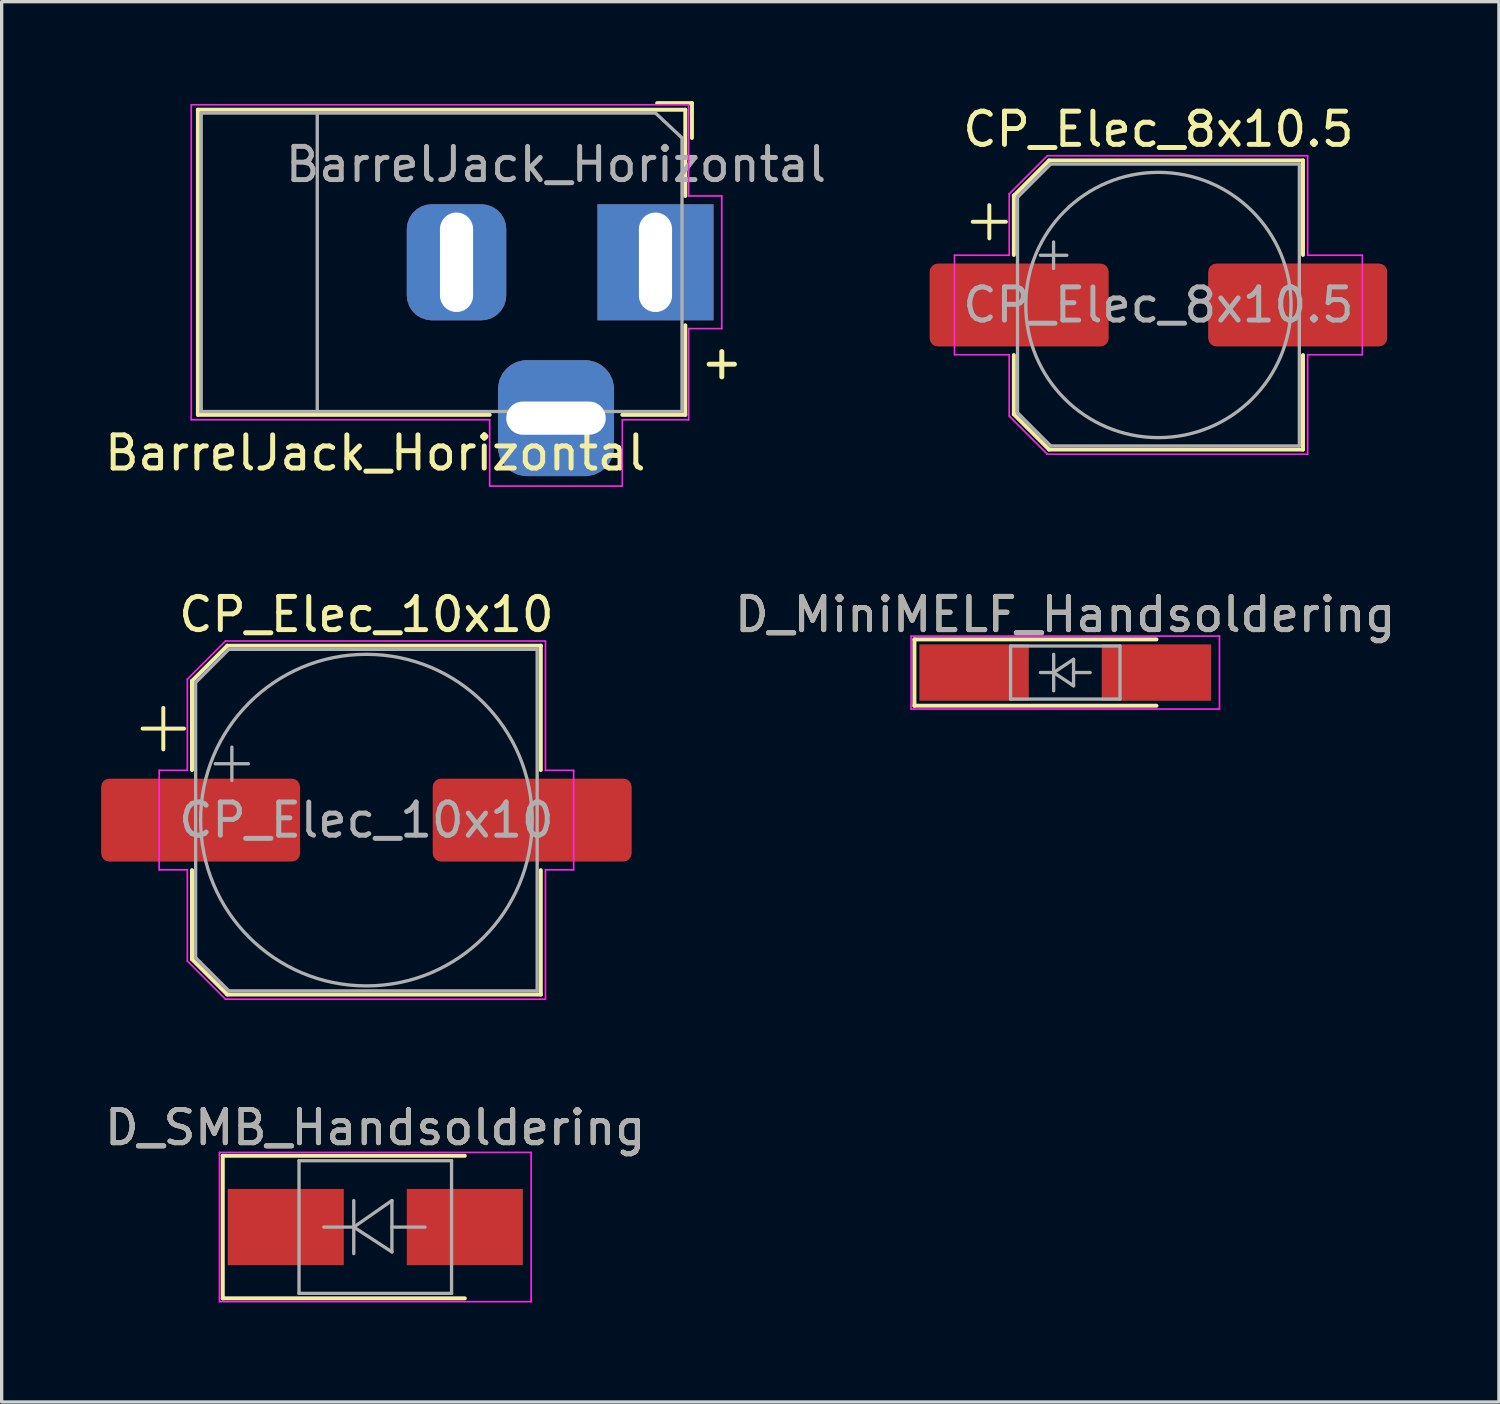
<source format=kicad_pcb>
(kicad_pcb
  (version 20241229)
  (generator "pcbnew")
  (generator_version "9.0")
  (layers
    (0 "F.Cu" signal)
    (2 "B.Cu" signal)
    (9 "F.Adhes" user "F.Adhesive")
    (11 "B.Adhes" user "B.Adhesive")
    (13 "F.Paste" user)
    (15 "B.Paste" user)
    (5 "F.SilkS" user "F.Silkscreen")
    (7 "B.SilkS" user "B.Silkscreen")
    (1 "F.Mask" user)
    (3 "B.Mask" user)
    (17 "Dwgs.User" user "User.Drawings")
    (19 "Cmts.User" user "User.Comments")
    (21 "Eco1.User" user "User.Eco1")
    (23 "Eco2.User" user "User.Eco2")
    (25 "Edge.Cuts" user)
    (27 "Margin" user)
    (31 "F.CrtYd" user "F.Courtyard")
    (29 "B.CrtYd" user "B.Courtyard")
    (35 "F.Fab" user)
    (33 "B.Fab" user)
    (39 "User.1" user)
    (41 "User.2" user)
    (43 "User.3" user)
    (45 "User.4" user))
  (footprint "D_MiniMELF_Handsoldering"
    (layer "F.Cu")
    (at 29.077 17.233)
    (property "Reference" "D_MiniMELF_Handsoldering" (at 0 -1.75 0) (layer "F.SilkS") (effects (font (size 1 1) (thickness 0.15))))
    (attr smd)
    (fp_line (start -4.55 -1) (end -4.55 1) (stroke (width 0.12) (type solid)) (layer "F.SilkS"))
    (fp_line (start -4.55 1) (end 2.75 1) (stroke (width 0.12) (type solid)) (layer "F.SilkS"))
    (fp_line (start 2.75 -1) (end -4.55 -1) (stroke (width 0.12) (type solid)) (layer "F.SilkS"))
    (fp_line (start -4.65 -1.1) (end 4.65 -1.1) (stroke (width 0.05) (type solid)) (layer "F.CrtYd"))
    (fp_line (start -4.65 1.1) (end -4.65 -1.1) (stroke (width 0.05) (type solid)) (layer "F.CrtYd"))
    (fp_line (start 4.65 -1.1) (end 4.65 1.1) (stroke (width 0.05) (type solid)) (layer "F.CrtYd"))
    (fp_line (start 4.65 1.1) (end -4.65 1.1) (stroke (width 0.05) (type solid)) (layer "F.CrtYd"))
    (fp_line (start -1.65 -0.8) (end 1.65 -0.8) (stroke (width 0.1) (type solid)) (layer "F.Fab"))
    (fp_line (start -1.65 0.8) (end -1.65 -0.8) (stroke (width 0.1) (type solid)) (layer "F.Fab"))
    (fp_line (start -0.75 0) (end -0.35 0) (stroke (width 0.1) (type solid)) (layer "F.Fab"))
    (fp_line (start -0.35 0) (end -0.35 -0.55) (stroke (width 0.1) (type solid)) (layer "F.Fab"))
    (fp_line (start -0.35 0) (end -0.35 0.55) (stroke (width 0.1) (type solid)) (layer "F.Fab"))
    (fp_line (start -0.35 0) (end 0.25 -0.4) (stroke (width 0.1) (type solid)) (layer "F.Fab"))
    (fp_line (start 0.25 -0.4) (end 0.25 0.4) (stroke (width 0.1) (type solid)) (layer "F.Fab"))
    (fp_line (start 0.25 0) (end 0.75 0) (stroke (width 0.1) (type solid)) (layer "F.Fab"))
    (fp_line (start 0.25 0.4) (end -0.35 0) (stroke (width 0.1) (type solid)) (layer "F.Fab"))
    (fp_line (start 1.65 -0.8) (end 1.65 0.8) (stroke (width 0.1) (type solid)) (layer "F.Fab"))
    (fp_line (start 1.65 0.8) (end -1.65 0.8) (stroke (width 0.1) (type solid)) (layer "F.Fab"))
    (fp_text user "${REFERENCE}" (at 0 -1.75 0) (layer "F.Fab") (effects (font (size 1 1) (thickness 0.15))))
    (pad "1" smd rect (at -2.75 0) (size 3.3 1.7) (layers "F.Cu" "F.Mask" "F.Paste"))
    (pad "2" smd rect (at 2.75 0) (size 3.3 1.7) (layers "F.Cu" "F.Mask" "F.Paste")))
  (footprint "CP_Elec_8x10.5"
    (layer "F.Cu")
    (at 31.886 6.148)
    (property "Reference" "CP_Elec_8x10.5" (at 0 -5.3 0) (layer "F.SilkS") (effects (font (size 1 1) (thickness 0.15))))
    (attr smd)
    (fp_line (start -5.6 -2.51) (end -4.6 -2.51) (stroke (width 0.12) (type solid)) (layer "F.SilkS"))
    (fp_line (start -5.1 -3.01) (end -5.1 -2.01) (stroke (width 0.12) (type solid)) (layer "F.SilkS"))
    (fp_line (start -4.36 -3.296) (end -4.36 -1.51) (stroke (width 0.12) (type solid)) (layer "F.SilkS"))
    (fp_line (start -4.36 -3.296) (end -3.296 -4.36) (stroke (width 0.12) (type solid)) (layer "F.SilkS"))
    (fp_line (start -4.36 3.296) (end -4.36 1.51) (stroke (width 0.12) (type solid)) (layer "F.SilkS"))
    (fp_line (start -4.36 3.296) (end -3.296 4.36) (stroke (width 0.12) (type solid)) (layer "F.SilkS"))
    (fp_line (start -3.296 -4.36) (end 4.36 -4.36) (stroke (width 0.12) (type solid)) (layer "F.SilkS"))
    (fp_line (start -3.296 4.36) (end 4.36 4.36) (stroke (width 0.12) (type solid)) (layer "F.SilkS"))
    (fp_line (start 4.36 -4.36) (end 4.36 -1.51) (stroke (width 0.12) (type solid)) (layer "F.SilkS"))
    (fp_line (start 4.36 4.36) (end 4.36 1.51) (stroke (width 0.12) (type solid)) (layer "F.SilkS"))
    (fp_line (start -6.15 -1.5) (end -6.15 1.5) (stroke (width 0.05) (type solid)) (layer "F.CrtYd"))
    (fp_line (start -6.15 1.5) (end -4.5 1.5) (stroke (width 0.05) (type solid)) (layer "F.CrtYd"))
    (fp_line (start -4.5 -3.35) (end -4.5 -1.5) (stroke (width 0.05) (type solid)) (layer "F.CrtYd"))
    (fp_line (start -4.5 -3.35) (end -3.35 -4.5) (stroke (width 0.05) (type solid)) (layer "F.CrtYd"))
    (fp_line (start -4.5 -1.5) (end -6.15 -1.5) (stroke (width 0.05) (type solid)) (layer "F.CrtYd"))
    (fp_line (start -4.5 1.5) (end -4.5 3.35) (stroke (width 0.05) (type solid)) (layer "F.CrtYd"))
    (fp_line (start -4.5 3.35) (end -3.35 4.5) (stroke (width 0.05) (type solid)) (layer "F.CrtYd"))
    (fp_line (start -3.35 -4.5) (end 4.5 -4.5) (stroke (width 0.05) (type solid)) (layer "F.CrtYd"))
    (fp_line (start -3.35 4.5) (end 4.5 4.5) (stroke (width 0.05) (type solid)) (layer "F.CrtYd"))
    (fp_line (start 4.5 -4.5) (end 4.5 -1.5) (stroke (width 0.05) (type solid)) (layer "F.CrtYd"))
    (fp_line (start 4.5 -1.5) (end 6.15 -1.5) (stroke (width 0.05) (type solid)) (layer "F.CrtYd"))
    (fp_line (start 4.5 1.5) (end 4.5 4.5) (stroke (width 0.05) (type solid)) (layer "F.CrtYd"))
    (fp_line (start 6.15 -1.5) (end 6.15 1.5) (stroke (width 0.05) (type solid)) (layer "F.CrtYd"))
    (fp_line (start 6.15 1.5) (end 4.5 1.5) (stroke (width 0.05) (type solid)) (layer "F.CrtYd"))
    (fp_line (start -4.25 -3.25) (end -4.25 3.25) (stroke (width 0.1) (type solid)) (layer "F.Fab"))
    (fp_line (start -4.25 -3.25) (end -3.25 -4.25) (stroke (width 0.1) (type solid)) (layer "F.Fab"))
    (fp_line (start -4.25 3.25) (end -3.25 4.25) (stroke (width 0.1) (type solid)) (layer "F.Fab"))
    (fp_line (start -3.562 -1.5) (end -2.762 -1.5) (stroke (width 0.1) (type solid)) (layer "F.Fab"))
    (fp_line (start -3.25 -4.25) (end 4.25 -4.25) (stroke (width 0.1) (type solid)) (layer "F.Fab"))
    (fp_line (start -3.25 4.25) (end 4.25 4.25) (stroke (width 0.1) (type solid)) (layer "F.Fab"))
    (fp_line (start -3.162 -1.9) (end -3.162 -1.1) (stroke (width 0.1) (type solid)) (layer "F.Fab"))
    (fp_line (start 4.25 -4.25) (end 4.25 4.25) (stroke (width 0.1) (type solid)) (layer "F.Fab"))
    (fp_circle (center 0 0) (end 4 0) (stroke (width 0.1) (type solid)) (fill no) (layer "F.Fab"))
    (fp_text user "${REFERENCE}" (at 0 0 0) (layer "F.Fab") (effects (font (size 1 1) (thickness 0.15))))
    (pad "1" smd roundrect (at -3.7 0) (size 5.4 2.5) (drill (offset -0.5 0)) (layers "F.Cu" "F.Mask" "F.Paste") (roundrect_rratio 0.1))
    (pad "2" smd roundrect (at 3.7 0) (size 5.4 2.5) (drill (offset 0.5 0)) (layers "F.Cu" "F.Mask" "F.Paste") (roundrect_rratio 0.1)))
  (footprint "D_SMB_Handsoldering"
    (layer "F.Cu")
    (at 8.268 33.956)
    (property "Reference" "D_SMB_Handsoldering" (at 0 -3 0) (layer "F.SilkS") (effects (font (size 1 1) (thickness 0.15))))
    (attr smd)
    (fp_line (start -4.6 -2.15) (end -4.6 2.15) (stroke (width 0.12) (type solid)) (layer "F.SilkS"))
    (fp_line (start -4.6 -2.15) (end 2.7 -2.15) (stroke (width 0.12) (type solid)) (layer "F.SilkS"))
    (fp_line (start -4.6 2.15) (end 2.7 2.15) (stroke (width 0.12) (type solid)) (layer "F.SilkS"))
    (fp_line (start -4.7 -2.25) (end 4.7 -2.25) (stroke (width 0.05) (type solid)) (layer "F.CrtYd"))
    (fp_line (start -4.7 2.25) (end -4.7 -2.25) (stroke (width 0.05) (type solid)) (layer "F.CrtYd"))
    (fp_line (start 4.7 -2.25) (end 4.7 2.25) (stroke (width 0.05) (type solid)) (layer "F.CrtYd"))
    (fp_line (start 4.7 2.25) (end -4.7 2.25) (stroke (width 0.05) (type solid)) (layer "F.CrtYd"))
    (fp_line (start -2.3 2) (end -2.3 -2) (stroke (width 0.1) (type solid)) (layer "F.Fab"))
    (fp_line (start -0.649 -0.799) (end -0.649 0.801) (stroke (width 0.1) (type solid)) (layer "F.Fab"))
    (fp_line (start -0.649 0.001) (end -1.551 0.001) (stroke (width 0.1) (type solid)) (layer "F.Fab"))
    (fp_line (start -0.649 0.001) (end 0.501 -0.799) (stroke (width 0.1) (type solid)) (layer "F.Fab"))
    (fp_line (start -0.649 0.001) (end 0.501 0.75) (stroke (width 0.1) (type solid)) (layer "F.Fab"))
    (fp_line (start 0.501 0.001) (end 1.499 0.001) (stroke (width 0.1) (type solid)) (layer "F.Fab"))
    (fp_line (start 0.501 0.75) (end 0.501 -0.799) (stroke (width 0.1) (type solid)) (layer "F.Fab"))
    (fp_line (start 2.3 -2) (end -2.3 -2) (stroke (width 0.1) (type solid)) (layer "F.Fab"))
    (fp_line (start 2.3 -2) (end 2.3 2) (stroke (width 0.1) (type solid)) (layer "F.Fab"))
    (fp_line (start 2.3 2) (end -2.3 2) (stroke (width 0.1) (type solid)) (layer "F.Fab"))
    (fp_text user "${REFERENCE}" (at 0 -3 0) (layer "F.Fab") (effects (font (size 1 1) (thickness 0.15))))
    (pad "1" smd rect (at -2.7 0) (size 3.5 2.3) (layers "F.Cu" "F.Mask" "F.Paste"))
    (pad "2" smd rect (at 2.7 0) (size 3.5 2.3) (layers "F.Cu" "F.Mask" "F.Paste")))
  (footprint "BarrelJack_Horizontal"
    (layer "F.Cu")
    (at 16.718 4.86)
    (property "Reference" "BarrelJack_Horizontal" (at -8.45 5.75 0) (layer "F.SilkS") (effects (font (size 1 1) (thickness 0.15))))
    (attr through_hole)
    (fp_line (start -13.8 -4.6) (end 0.9 -4.6) (stroke (width 0.12) (type solid)) (layer "F.SilkS"))
    (fp_line (start -13.8 4.6) (end -13.8 -4.6) (stroke (width 0.12) (type solid)) (layer "F.SilkS"))
    (fp_line (start -5 4.6) (end -13.8 4.6) (stroke (width 0.12) (type solid)) (layer "F.SilkS"))
    (fp_line (start 0.05 -4.8) (end 1.1 -4.8) (stroke (width 0.12) (type solid)) (layer "F.SilkS"))
    (fp_line (start 0.9 -4.6) (end 0.9 -2) (stroke (width 0.12) (type solid)) (layer "F.SilkS"))
    (fp_line (start 0.9 1.9) (end 0.9 4.6) (stroke (width 0.12) (type solid)) (layer "F.SilkS"))
    (fp_line (start 0.9 4.6) (end -1 4.6) (stroke (width 0.12) (type solid)) (layer "F.SilkS"))
    (fp_line (start 1.1 -3.75) (end 1.1 -4.8) (stroke (width 0.12) (type solid)) (layer "F.SilkS"))
    (fp_line (start -14 4.75) (end -14 -4.75) (stroke (width 0.05) (type solid)) (layer "F.CrtYd"))
    (fp_line (start -5 4.75) (end -14 4.75) (stroke (width 0.05) (type solid)) (layer "F.CrtYd"))
    (fp_line (start -5 6.75) (end -5 4.75) (stroke (width 0.05) (type solid)) (layer "F.CrtYd"))
    (fp_line (start -1 4.75) (end -1 6.75) (stroke (width 0.05) (type solid)) (layer "F.CrtYd"))
    (fp_line (start -1 6.75) (end -5 6.75) (stroke (width 0.05) (type solid)) (layer "F.CrtYd"))
    (fp_line (start 1 -4.75) (end -14 -4.75) (stroke (width 0.05) (type solid)) (layer "F.CrtYd"))
    (fp_line (start 1 -4.5) (end 1 -4.75) (stroke (width 0.05) (type solid)) (layer "F.CrtYd"))
    (fp_line (start 1 -4.5) (end 1 -2) (stroke (width 0.05) (type solid)) (layer "F.CrtYd"))
    (fp_line (start 1 -2) (end 2 -2) (stroke (width 0.05) (type solid)) (layer "F.CrtYd"))
    (fp_line (start 1 2) (end 1 4.75) (stroke (width 0.05) (type solid)) (layer "F.CrtYd"))
    (fp_line (start 1 4.75) (end -1 4.75) (stroke (width 0.05) (type solid)) (layer "F.CrtYd"))
    (fp_line (start 2 -2) (end 2 2) (stroke (width 0.05) (type solid)) (layer "F.CrtYd"))
    (fp_line (start 2 2) (end 1 2) (stroke (width 0.05) (type solid)) (layer "F.CrtYd"))
    (fp_line (start -13.7 -4.5) (end -13.7 4.5) (stroke (width 0.1) (type solid)) (layer "F.Fab"))
    (fp_line (start -13.7 4.5) (end 0.8 4.5) (stroke (width 0.1) (type solid)) (layer "F.Fab"))
    (fp_line (start -10.2 -4.5) (end -10.2 4.5) (stroke (width 0.1) (type solid)) (layer "F.Fab"))
    (fp_line (start -0.003 -4.505) (end 0.8 -3.75) (stroke (width 0.1) (type solid)) (layer "F.Fab"))
    (fp_line (start 0 -4.5) (end -13.7 -4.5) (stroke (width 0.1) (type solid)) (layer "F.Fab"))
    (fp_line (start 0.8 4.5) (end 0.8 -3.75) (stroke (width 0.1) (type solid)) (layer "F.Fab"))
    (fp_text user "+" (at 2 3 0) (layer "F.SilkS") (effects (font (size 1 1) (thickness 0.15))))
    (fp_text user "${REFERENCE}" (at -3 -2.95 0) (layer "F.Fab") (effects (font (size 1 1) (thickness 0.15))))
    (pad "" thru_hole roundrect (at -3 4.7) (size 3.5 3.5) (drill oval 3 1) (layers "*.Cu" "*.Mask") (roundrect_rratio 0.25))
    (pad "1" thru_hole rect (at 0 0) (size 3.5 3.5) (drill oval 1 3) (layers "*.Cu" "*.Mask"))
    (pad "2" thru_hole roundrect (at -6 0) (size 3 3.5) (drill oval 1 3) (layers "*.Cu" "*.Mask") (roundrect_rratio 0.25)))
  (footprint "CP_Elec_10x10"
    (layer "F.Cu")
    (at 8 21.683)
    (property "Reference" "CP_Elec_10x10" (at 0 -6.2 0) (layer "F.SilkS") (effects (font (size 1 1) (thickness 0.15))))
    (attr smd)
    (fp_line (start -6.75 -2.76) (end -5.5 -2.76) (stroke (width 0.12) (type solid)) (layer "F.SilkS"))
    (fp_line (start -6.125 -3.385) (end -6.125 -2.135) (stroke (width 0.12) (type solid)) (layer "F.SilkS"))
    (fp_line (start -5.26 -4.196) (end -5.26 -1.51) (stroke (width 0.12) (type solid)) (layer "F.SilkS"))
    (fp_line (start -5.26 -4.196) (end -4.196 -5.26) (stroke (width 0.12) (type solid)) (layer "F.SilkS"))
    (fp_line (start -5.26 4.196) (end -5.26 1.51) (stroke (width 0.12) (type solid)) (layer "F.SilkS"))
    (fp_line (start -5.26 4.196) (end -4.196 5.26) (stroke (width 0.12) (type solid)) (layer "F.SilkS"))
    (fp_line (start -4.196 -5.26) (end 5.26 -5.26) (stroke (width 0.12) (type solid)) (layer "F.SilkS"))
    (fp_line (start -4.196 5.26) (end 5.26 5.26) (stroke (width 0.12) (type solid)) (layer "F.SilkS"))
    (fp_line (start 5.26 -5.26) (end 5.26 -1.51) (stroke (width 0.12) (type solid)) (layer "F.SilkS"))
    (fp_line (start 5.26 5.26) (end 5.26 1.51) (stroke (width 0.12) (type solid)) (layer "F.SilkS"))
    (fp_line (start -6.25 -1.5) (end -6.25 1.5) (stroke (width 0.05) (type solid)) (layer "F.CrtYd"))
    (fp_line (start -6.25 1.5) (end -5.4 1.5) (stroke (width 0.05) (type solid)) (layer "F.CrtYd"))
    (fp_line (start -5.4 -4.25) (end -5.4 -1.5) (stroke (width 0.05) (type solid)) (layer "F.CrtYd"))
    (fp_line (start -5.4 -4.25) (end -4.25 -5.4) (stroke (width 0.05) (type solid)) (layer "F.CrtYd"))
    (fp_line (start -5.4 -1.5) (end -6.25 -1.5) (stroke (width 0.05) (type solid)) (layer "F.CrtYd"))
    (fp_line (start -5.4 1.5) (end -5.4 4.25) (stroke (width 0.05) (type solid)) (layer "F.CrtYd"))
    (fp_line (start -5.4 4.25) (end -4.25 5.4) (stroke (width 0.05) (type solid)) (layer "F.CrtYd"))
    (fp_line (start -4.25 -5.4) (end 5.4 -5.4) (stroke (width 0.05) (type solid)) (layer "F.CrtYd"))
    (fp_line (start -4.25 5.4) (end 5.4 5.4) (stroke (width 0.05) (type solid)) (layer "F.CrtYd"))
    (fp_line (start 5.4 -5.4) (end 5.4 -1.5) (stroke (width 0.05) (type solid)) (layer "F.CrtYd"))
    (fp_line (start 5.4 -1.5) (end 6.25 -1.5) (stroke (width 0.05) (type solid)) (layer "F.CrtYd"))
    (fp_line (start 5.4 1.5) (end 5.4 5.4) (stroke (width 0.05) (type solid)) (layer "F.CrtYd"))
    (fp_line (start 6.25 -1.5) (end 6.25 1.5) (stroke (width 0.05) (type solid)) (layer "F.CrtYd"))
    (fp_line (start 6.25 1.5) (end 5.4 1.5) (stroke (width 0.05) (type solid)) (layer "F.CrtYd"))
    (fp_line (start -5.15 -4.15) (end -5.15 4.15) (stroke (width 0.1) (type solid)) (layer "F.Fab"))
    (fp_line (start -5.15 -4.15) (end -4.15 -5.15) (stroke (width 0.1) (type solid)) (layer "F.Fab"))
    (fp_line (start -5.15 4.15) (end -4.15 5.15) (stroke (width 0.1) (type solid)) (layer "F.Fab"))
    (fp_line (start -4.558 -1.7) (end -3.558 -1.7) (stroke (width 0.1) (type solid)) (layer "F.Fab"))
    (fp_line (start -4.15 -5.15) (end 5.15 -5.15) (stroke (width 0.1) (type solid)) (layer "F.Fab"))
    (fp_line (start -4.15 5.15) (end 5.15 5.15) (stroke (width 0.1) (type solid)) (layer "F.Fab"))
    (fp_line (start -4.058 -2.2) (end -4.058 -1.2) (stroke (width 0.1) (type solid)) (layer "F.Fab"))
    (fp_line (start 5.15 -5.15) (end 5.15 5.15) (stroke (width 0.1) (type solid)) (layer "F.Fab"))
    (fp_circle (center 0 0) (end 5 0) (stroke (width 0.1) (type solid)) (fill no) (layer "F.Fab"))
    (fp_text user "${REFERENCE}" (at 0 0 0) (layer "F.Fab") (effects (font (size 1 1) (thickness 0.15))))
    (pad "1" smd roundrect (at -4 0) (size 6 2.5) (drill (offset -1 0)) (layers "F.Cu" "F.Mask" "F.Paste") (roundrect_rratio 0.1))
    (pad "2" smd roundrect (at 4 0) (size 6 2.5) (drill (offset 1 0)) (layers "F.Cu" "F.Mask" "F.Paste") (roundrect_rratio 0.1)))
  (gr_rect
    (start -3 -3)
    (end 42.155 39.231)
    (stroke (width 0.1) (type default))
    (fill no)
    (layer "Edge.Cuts")))
</source>
